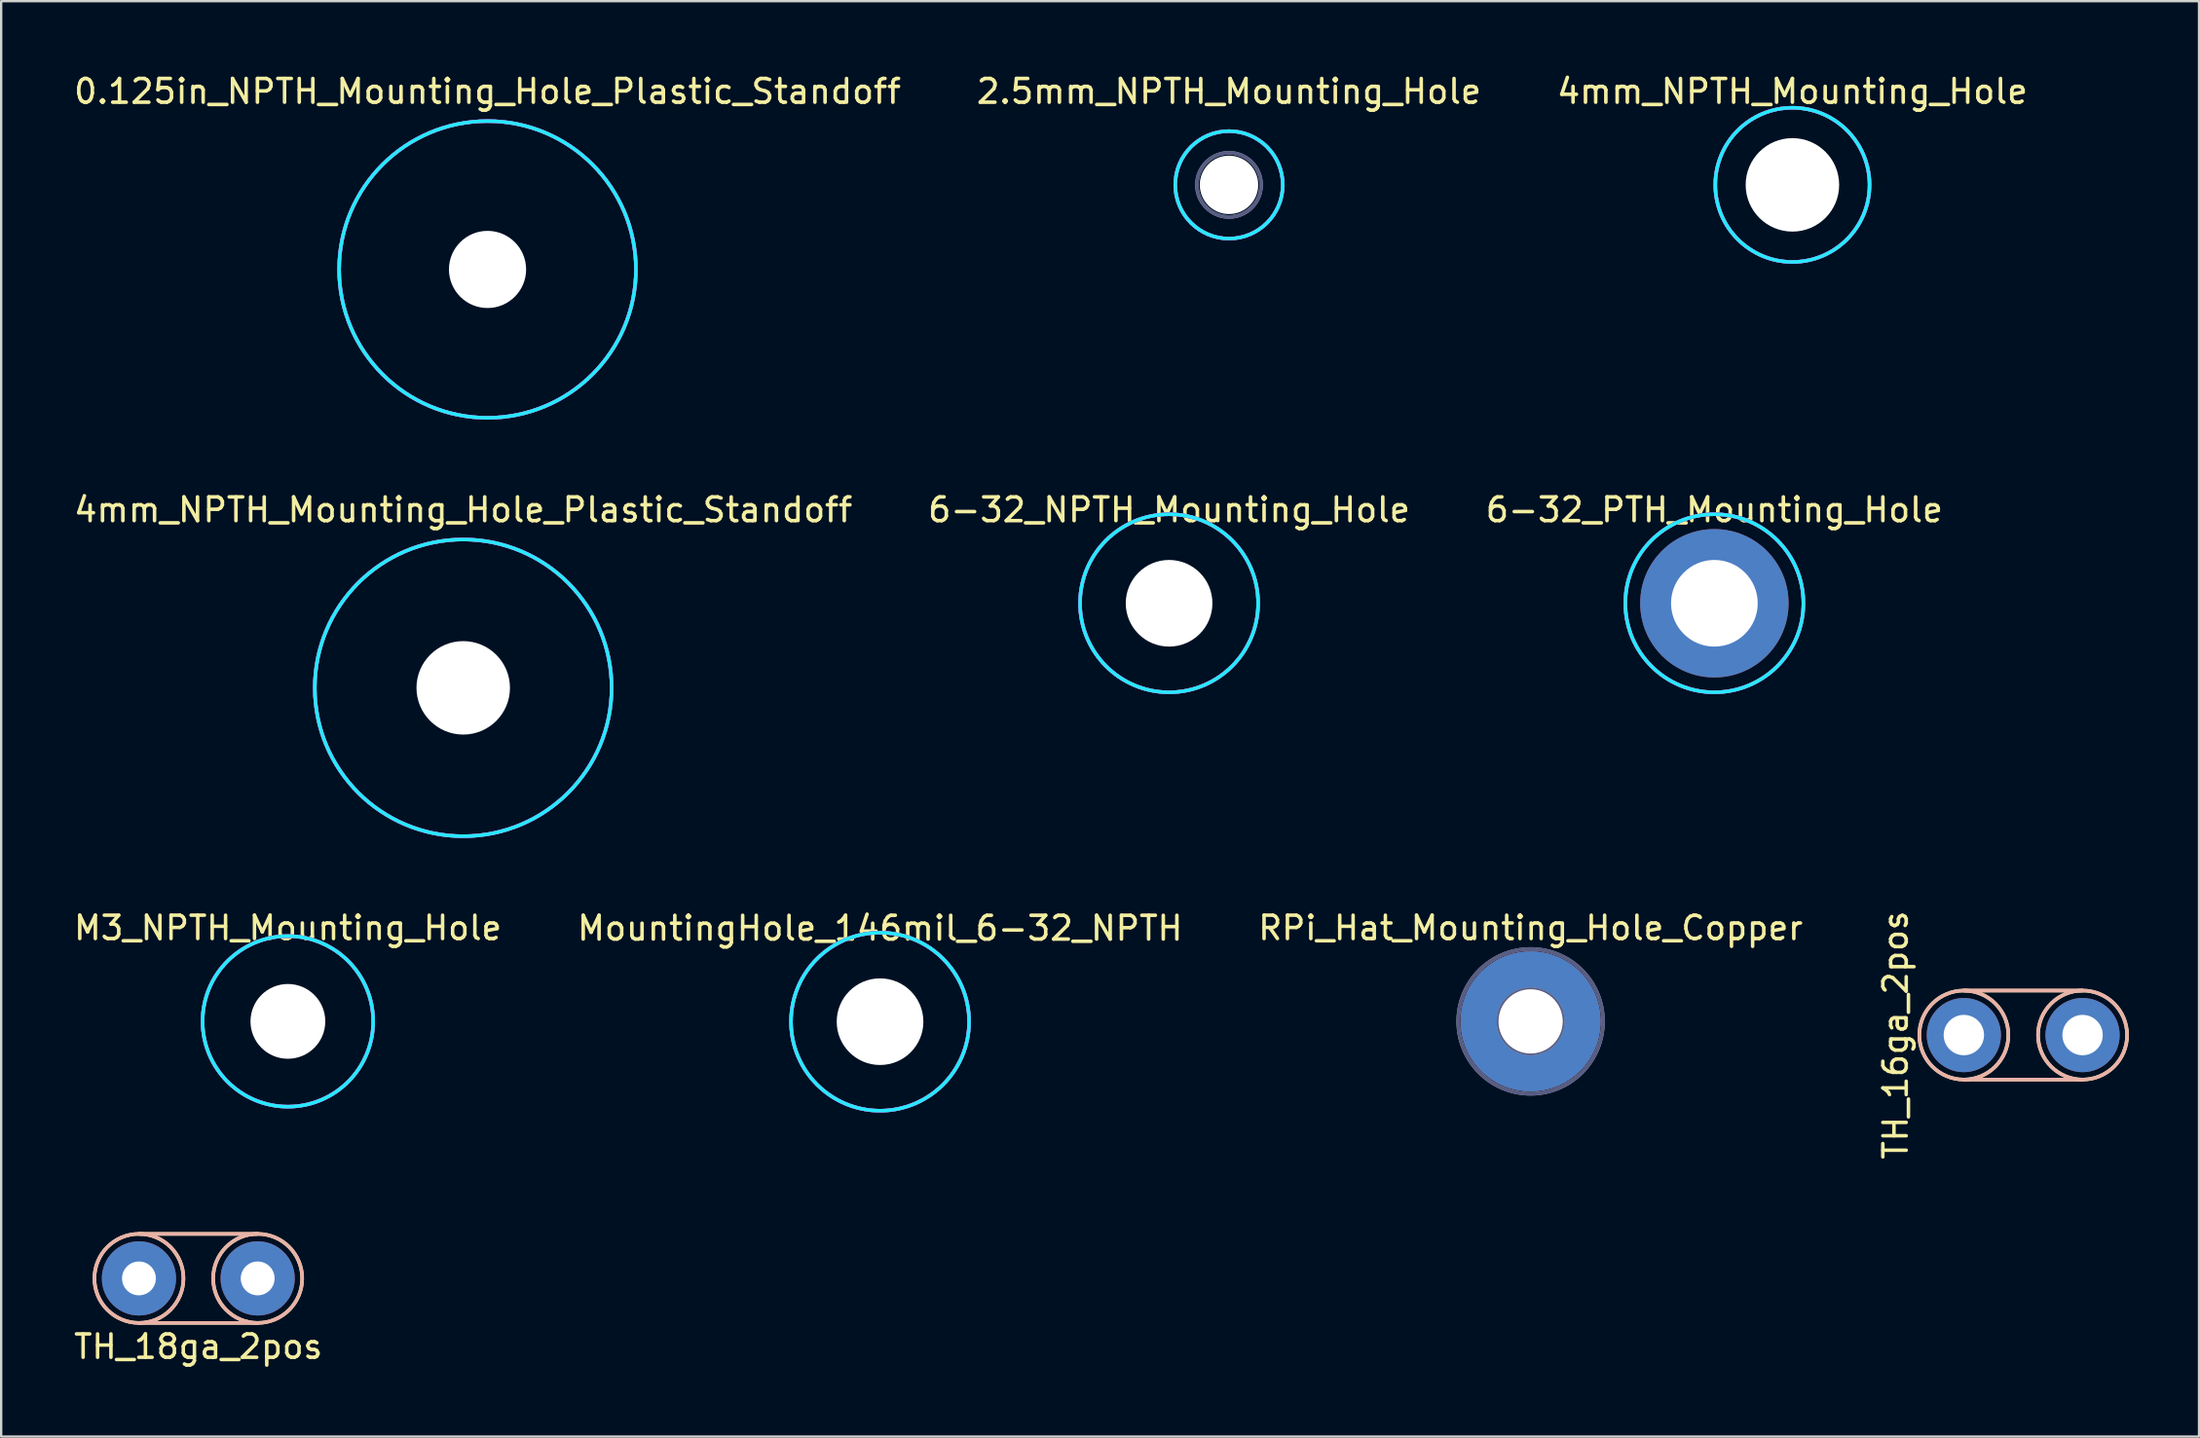
<source format=kicad_pcb>
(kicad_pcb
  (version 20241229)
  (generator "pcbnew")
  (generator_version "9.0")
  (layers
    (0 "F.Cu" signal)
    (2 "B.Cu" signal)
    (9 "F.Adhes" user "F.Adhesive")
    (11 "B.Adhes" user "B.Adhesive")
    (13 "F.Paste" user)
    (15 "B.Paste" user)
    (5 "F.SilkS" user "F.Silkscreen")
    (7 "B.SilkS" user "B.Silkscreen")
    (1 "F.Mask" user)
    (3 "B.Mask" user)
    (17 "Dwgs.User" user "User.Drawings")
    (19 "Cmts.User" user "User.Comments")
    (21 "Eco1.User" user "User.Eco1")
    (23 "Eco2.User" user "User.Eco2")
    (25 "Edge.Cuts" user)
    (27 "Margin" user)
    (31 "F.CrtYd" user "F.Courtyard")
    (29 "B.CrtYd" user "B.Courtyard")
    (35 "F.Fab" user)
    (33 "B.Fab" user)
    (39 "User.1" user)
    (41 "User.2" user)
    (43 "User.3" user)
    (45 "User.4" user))
  (footprint "M3_NPTH_Mounting_Hole"
    (layer "F.Cu")
    (at 9.268 40.665)
    (property "Reference" "M3_NPTH_Mounting_Hole" (at 0 -4 0) (layer "F.SilkS") (effects (font (size 1 1) (thickness 0.15))))
    (attr through_hole)
    (fp_circle (center 0 0) (end 3.65 0) (stroke (width 0.15) (type solid)) (fill no) (layer "B.CrtYd"))
    (fp_circle (center 0 0) (end 3.65 0) (stroke (width 0.15) (type solid)) (fill no) (layer "F.CrtYd"))
    (fp_circle (center 0 0) (end 1.375 0) (stroke (width 0.15) (type solid)) (fill no) (layer "B.Fab"))
    (fp_circle (center 0 0) (end 3.65 0) (stroke (width 0.15) (type solid)) (fill no) (layer "B.Fab"))
    (fp_circle (center 0 0) (end 1.375 0) (stroke (width 0.15) (type solid)) (fill no) (layer "F.Fab"))
    (fp_circle (center 0 0) (end 3.65 0) (stroke (width 0.15) (type solid)) (fill no) (layer "F.Fab"))
    (pad "" np_thru_hole circle (at 0 0) (size 3.2 3.2) (drill 3.2) (layers "*.Cu" "*.Mask")))
  (footprint "0.125in_NPTH_Mounting_Hole_Plastic_Standoff"
    (layer "F.Cu")
    (at 17.81 8.482)
    (property "Reference" "0.125in_NPTH_Mounting_Hole_Plastic_Standoff" (at 0 -7.62 0) (layer "F.SilkS") (effects (font (size 1.016 1.016) (thickness 0.152))))
    (attr through_hole)
    (fp_circle (center 0 0) (end 6.35 0) (stroke (width 0.15) (type solid)) (fill no) (layer "B.CrtYd"))
    (fp_circle (center 0 0) (end 6.35 0) (stroke (width 0.15) (type solid)) (fill no) (layer "F.CrtYd"))
    (fp_circle (center 0 0) (end 1.375 0) (stroke (width 0.15) (type solid)) (fill no) (layer "B.Fab"))
    (fp_circle (center 0 0) (end 6.35 0) (stroke (width 0.15) (type solid)) (fill no) (layer "B.Fab"))
    (fp_circle (center 0 0) (end 1.375 0) (stroke (width 0.15) (type solid)) (fill no) (layer "F.Fab"))
    (fp_circle (center 0 0) (end 6.35 0) (stroke (width 0.152) (type solid)) (fill no) (layer "F.Fab"))
    (pad "" np_thru_hole circle (at 0 0) (size 3.302 3.302) (drill 3.302) (layers "*.Cu" "*.Mask")))
  (footprint "TH_16ga_2pos"
    (layer "F.Cu")
    (at 80.978 41.251)
    (property "Reference" "TH_16ga_2pos" (at -2.921 0 90) (layer "F.SilkS") (effects (font (size 1 1) (thickness 0.15))))
    (attr through_hole)
    (fp_line (start 0 -1.905) (end 5.08 -1.905) (stroke (width 0.152) (type solid)) (layer "F.SilkS"))
    (fp_line (start 0 1.905) (end 5.08 1.905) (stroke (width 0.152) (type solid)) (layer "F.SilkS"))
    (fp_circle (center 0 0) (end 1.905 0) (stroke (width 0.152) (type solid)) (fill no) (layer "F.SilkS"))
    (fp_circle (center 5.08 0) (end 6.985 0) (stroke (width 0.152) (type solid)) (fill no) (layer "F.SilkS"))
    (fp_line (start 0 -1.905) (end 5.08 -1.905) (stroke (width 0.152) (type solid)) (layer "B.SilkS"))
    (fp_line (start 0 1.905) (end 5.08 1.905) (stroke (width 0.152) (type solid)) (layer "B.SilkS"))
    (fp_circle (center 0 0) (end 1.905 0) (stroke (width 0.152) (type solid)) (fill no) (layer "B.SilkS"))
    (fp_circle (center 5.08 0) (end 6.985 0) (stroke (width 0.152) (type solid)) (fill no) (layer "B.SilkS"))
    (pad "1" thru_hole circle (at 0 0) (size 3.175 3.175) (drill 1.727) (layers "*.Cu" "*.Mask"))
    (pad "2" thru_hole circle (at 5.08 0) (size 3.175 3.175) (drill 1.727) (layers "*.Cu" "*.Mask")))
  (footprint "4mm_NPTH_Mounting_Hole_Plastic_Standoff"
    (layer "F.Cu")
    (at 16.77 26.39)
    (property "Reference" "4mm_NPTH_Mounting_Hole_Plastic_Standoff" (at 0 -7.62 0) (layer "F.SilkS") (effects (font (size 1.016 1.016) (thickness 0.152))))
    (attr through_hole)
    (fp_circle (center 0 0) (end 6.35 0) (stroke (width 0.15) (type solid)) (fill no) (layer "B.CrtYd"))
    (fp_circle (center 0 0) (end 6.35 0) (stroke (width 0.15) (type solid)) (fill no) (layer "F.CrtYd"))
    (fp_circle (center 0 0) (end 1.375 0) (stroke (width 0.15) (type solid)) (fill no) (layer "B.Fab"))
    (fp_circle (center 0 0) (end 6.35 0) (stroke (width 0.15) (type solid)) (fill no) (layer "B.Fab"))
    (fp_circle (center 0 0) (end 1.375 0) (stroke (width 0.15) (type solid)) (fill no) (layer "F.Fab"))
    (fp_circle (center 0 0) (end 6.35 0) (stroke (width 0.152) (type solid)) (fill no) (layer "F.Fab"))
    (pad "" np_thru_hole circle (at 0 0) (size 4 4) (drill 4) (layers "*.Cu" "*.Mask")))
  (footprint "4mm_NPTH_Mounting_Hole"
    (layer "F.Cu")
    (at 73.643 4.862)
    (property "Reference" "4mm_NPTH_Mounting_Hole" (at 0 -4 0) (layer "F.SilkS") (effects (font (size 1.016 1.016) (thickness 0.152))))
    (attr through_hole)
    (fp_circle (center 0 0) (end 3.3 0) (stroke (width 0.15) (type solid)) (fill no) (layer "B.CrtYd"))
    (fp_circle (center 0 0) (end 3.3 0) (stroke (width 0.15) (type solid)) (fill no) (layer "F.CrtYd"))
    (fp_circle (center 0 0) (end 1.375 0) (stroke (width 0.15) (type solid)) (fill no) (layer "B.Fab"))
    (fp_circle (center 0 0) (end 3.3 0) (stroke (width 0.15) (type solid)) (fill no) (layer "B.Fab"))
    (fp_circle (center 0 0) (end 1.375 0) (stroke (width 0.15) (type solid)) (fill no) (layer "F.Fab"))
    (fp_circle (center 0 0) (end 3.3 0) (stroke (width 0.15) (type solid)) (fill no) (layer "F.Fab"))
    (pad "" np_thru_hole circle (at 0 0) (size 4 4) (drill 4) (layers "*.Cu" "*.Mask")))
  (footprint "6-32_PTH_Mounting_Hole"
    (layer "F.Cu")
    (at 70.304 22.77)
    (property "Reference" "6-32_PTH_Mounting_Hole" (at 0 -4 0) (layer "F.SilkS") (effects (font (size 1.016 1.016) (thickness 0.152))))
    (attr through_hole)
    (fp_circle (center 0 0) (end 3.81 0) (stroke (width 0.15) (type solid)) (fill no) (layer "B.CrtYd"))
    (fp_circle (center 0 0) (end 3.81 0) (stroke (width 0.15) (type solid)) (fill no) (layer "F.CrtYd"))
    (fp_circle (center 0 0) (end 1.375 0) (stroke (width 0.15) (type solid)) (fill no) (layer "B.Fab"))
    (fp_circle (center 0 0) (end 3.81 0) (stroke (width 0.15) (type solid)) (fill no) (layer "B.Fab"))
    (fp_circle (center 0 0) (end 1.375 0) (stroke (width 0.15) (type solid)) (fill no) (layer "F.Fab"))
    (fp_circle (center 0 0) (end 3.81 0) (stroke (width 0.15) (type solid)) (fill no) (layer "F.Fab"))
    (pad "1" thru_hole circle (at 0 0) (size 6.35 6.35) (drill 3.708) (layers "*.Cu" "*.Mask")))
  (footprint "2.5mm_NPTH_Mounting_Hole"
    (layer "F.Cu")
    (at 49.536 4.862)
    (property "Reference" "2.5mm_NPTH_Mounting_Hole" (at 0 -4 0) (layer "F.SilkS") (effects (font (size 1.016 1.016) (thickness 0.152))))
    (attr through_hole)
    (fp_circle (center 0 0) (end 2.3 0) (stroke (width 0.15) (type solid)) (fill no) (layer "B.CrtYd"))
    (fp_circle (center 0 0) (end 2.3 0) (stroke (width 0.15) (type solid)) (fill no) (layer "F.CrtYd"))
    (fp_circle (center 0 0) (end 1.375 0) (stroke (width 0.15) (type solid)) (fill no) (layer "B.Fab"))
    (fp_circle (center 0 0) (end 2.3 0) (stroke (width 0.15) (type solid)) (fill no) (layer "B.Fab"))
    (fp_circle (center 0 0) (end 1.375 0) (stroke (width 0.15) (type solid)) (fill no) (layer "F.Fab"))
    (fp_circle (center 0 0) (end 2.3 0) (stroke (width 0.15) (type solid)) (fill no) (layer "F.Fab"))
    (pad "" np_thru_hole circle (at 0 0) (size 2.5 2.5) (drill 2.5) (layers "*.Cu" "*.Mask")))
  (footprint "RPi_Hat_Mounting_Hole_Copper"
    (layer "F.Cu")
    (at 62.441 40.665)
    (property "Reference" "RPi_Hat_Mounting_Hole_Copper" (at 0 -4 0) (layer "F.SilkS") (effects (font (size 1 1) (thickness 0.15))))
    (attr through_hole)
    (fp_circle (center 0 0) (end 1.375 0) (stroke (width 0.15) (type solid)) (fill no) (layer "B.Fab"))
    (fp_circle (center 0 0) (end 3.1 0) (stroke (width 0.15) (type solid)) (fill no) (layer "B.Fab"))
    (fp_circle (center 0 0) (end 1.375 0) (stroke (width 0.15) (type solid)) (fill no) (layer "F.Fab"))
    (fp_circle (center 0 0) (end 3.1 0) (stroke (width 0.15) (type solid)) (fill no) (layer "F.Fab"))
    (pad "" thru_hole circle (at 0 0) (size 6 6) (drill 2.75) (layers "*.Cu" "*.Mask")))
  (footprint "TH_18ga_2pos"
    (layer "F.Cu")
    (at 2.895 51.666)
    (property "Reference" "TH_18ga_2pos" (at 2.54 2.921 0) (layer "F.SilkS") (effects (font (size 1 1) (thickness 0.15))))
    (attr through_hole)
    (fp_line (start 0 -1.905) (end 5.08 -1.905) (stroke (width 0.152) (type solid)) (layer "F.SilkS"))
    (fp_line (start 0 1.905) (end 5.08 1.905) (stroke (width 0.152) (type solid)) (layer "F.SilkS"))
    (fp_circle (center 0 0) (end 1.905 0) (stroke (width 0.152) (type solid)) (fill no) (layer "F.SilkS"))
    (fp_circle (center 5.08 0) (end 6.985 0) (stroke (width 0.152) (type solid)) (fill no) (layer "F.SilkS"))
    (fp_line (start 0 -1.905) (end 5.08 -1.905) (stroke (width 0.152) (type solid)) (layer "B.SilkS"))
    (fp_line (start 0 1.905) (end 5.08 1.905) (stroke (width 0.152) (type solid)) (layer "B.SilkS"))
    (fp_circle (center 0 0) (end 1.905 0) (stroke (width 0.152) (type solid)) (fill no) (layer "B.SilkS"))
    (fp_circle (center 5.08 0) (end 6.985 0) (stroke (width 0.152) (type solid)) (fill no) (layer "B.SilkS"))
    (pad "1" thru_hole circle (at 0 0) (size 3.175 3.175) (drill 1.448) (layers "*.Cu" "*.Mask"))
    (pad "2" thru_hole circle (at 5.08 0) (size 3.175 3.175) (drill 1.448) (layers "*.Cu" "*.Mask")))
  (footprint "6-32_NPTH_Mounting_Hole"
    (layer "F.Cu")
    (at 46.972 22.77)
    (property "Reference" "6-32_NPTH_Mounting_Hole" (at 0 -4 0) (layer "F.SilkS") (effects (font (size 1.016 1.016) (thickness 0.152))))
    (attr through_hole)
    (fp_circle (center 0 0) (end 3.81 0) (stroke (width 0.15) (type solid)) (fill no) (layer "B.CrtYd"))
    (fp_circle (center 0 0) (end 3.81 0) (stroke (width 0.15) (type solid)) (fill no) (layer "F.CrtYd"))
    (fp_circle (center 0 0) (end 1.375 0) (stroke (width 0.15) (type solid)) (fill no) (layer "B.Fab"))
    (fp_circle (center 0 0) (end 3.81 0) (stroke (width 0.15) (type solid)) (fill no) (layer "B.Fab"))
    (fp_circle (center 0 0) (end 1.375 0) (stroke (width 0.15) (type solid)) (fill no) (layer "F.Fab"))
    (fp_circle (center 0 0) (end 3.81 0) (stroke (width 0.15) (type solid)) (fill no) (layer "F.Fab"))
    (pad "" np_thru_hole circle (at 0 0) (size 3.708 3.708) (drill 3.708) (layers "*.Cu" "*.Mask")))
  (footprint "MountingHole_146mil_6-32_NPTH"
    (layer "F.Cu")
    (at 34.605 40.678)
    (property "Reference" "MountingHole_146mil_6-32_NPTH" (at 0 -4 0) (layer "F.SilkS") (effects (font (size 1.016 1.016) (thickness 0.152))))
    (attr through_hole)
    (fp_circle (center 0 0) (end 3.81 0) (stroke (width 0.15) (type solid)) (fill no) (layer "B.CrtYd"))
    (fp_circle (center 0 0) (end 3.81 0) (stroke (width 0.15) (type solid)) (fill no) (layer "F.CrtYd"))
    (fp_circle (center 0 0) (end 1.375 0) (stroke (width 0.15) (type solid)) (fill no) (layer "B.Fab"))
    (fp_circle (center 0 0) (end 3.81 0) (stroke (width 0.15) (type solid)) (fill no) (layer "B.Fab"))
    (fp_circle (center 0 0) (end 1.375 0) (stroke (width 0.15) (type solid)) (fill no) (layer "F.Fab"))
    (fp_circle (center 0 0) (end 3.81 0) (stroke (width 0.15) (type solid)) (fill no) (layer "F.Fab"))
    (pad "" np_thru_hole circle (at 0 0) (size 3.708 3.708) (drill 3.708) (layers "*.Cu" "*.Mask")))
  (gr_rect
    (start -3 -3)
    (end 91.04 58.436)
    (stroke (width 0.1) (type default))
    (fill no)
    (layer "Edge.Cuts")))
</source>
